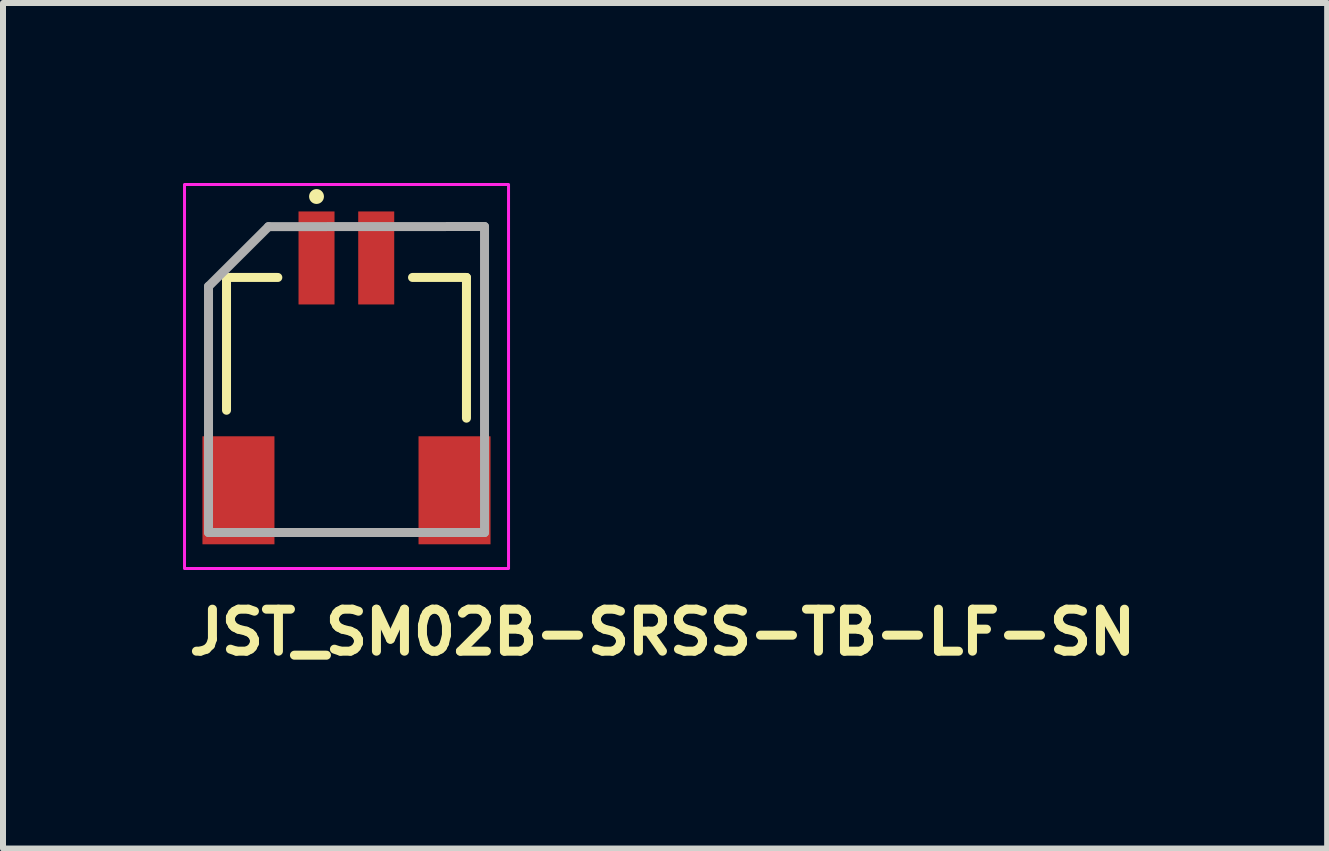
<source format=kicad_pcb>
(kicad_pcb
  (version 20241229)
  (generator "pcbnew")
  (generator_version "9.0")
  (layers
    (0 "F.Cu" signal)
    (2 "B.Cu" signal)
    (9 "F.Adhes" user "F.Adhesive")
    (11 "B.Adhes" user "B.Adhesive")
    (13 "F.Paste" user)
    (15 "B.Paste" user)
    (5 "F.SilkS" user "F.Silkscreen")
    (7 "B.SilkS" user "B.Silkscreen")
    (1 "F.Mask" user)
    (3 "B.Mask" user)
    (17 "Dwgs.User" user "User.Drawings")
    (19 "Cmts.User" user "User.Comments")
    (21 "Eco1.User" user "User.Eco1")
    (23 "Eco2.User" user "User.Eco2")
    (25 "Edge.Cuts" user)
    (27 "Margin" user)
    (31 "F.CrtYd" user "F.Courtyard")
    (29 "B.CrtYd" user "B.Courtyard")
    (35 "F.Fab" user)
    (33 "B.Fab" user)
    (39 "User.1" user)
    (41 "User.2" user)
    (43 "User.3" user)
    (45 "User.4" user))
  (footprint "JST_SM02B-SRSS-TB-LF-SN"
    (layer "F.Cu")
    (at 2.725 3.225)
    (property "Reference" "JST_SM02B-SRSS-TB-LF-SN" (at -2.7 4.671 0) (layer "F.SilkS") (effects (font (size 0.7 0.7) (thickness 0.15)) (justify left bottom)))
    (attr smd)
    (fp_line (start -2 -1.651) (end -2 0.562) (stroke (width 0.15) (type solid)) (layer "F.SilkS"))
    (fp_line (start -2 -1.651) (end -1.145 -1.651) (stroke (width 0.15) (type solid)) (layer "F.SilkS"))
    (fp_line (start -0.767 2.6) (end 0.717 2.6) (stroke (width 0.15) (type solid)) (layer "F.SilkS"))
    (fp_line (start 1.999 -1.651) (end 1.1 -1.651) (stroke (width 0.15) (type solid)) (layer "F.SilkS"))
    (fp_line (start 1.999 -1.651) (end 1.999 0.694) (stroke (width 0.15) (type solid)) (layer "F.SilkS"))
    (fp_circle (center -0.5 -3) (end -0.451 -3) (stroke (width 0.15) (type solid)) (fill yes) (layer "F.SilkS"))
    (fp_rect (start -2.7 -3.2) (end 2.7 3.2) (stroke (width 0.05) (type solid)) (fill no) (layer "F.CrtYd"))
    (fp_line (start -2.3 -1.502) (end -1.3 -2.498) (stroke (width 0.15) (type solid)) (layer "F.Fab"))
    (fp_line (start -2.3 2.6) (end -2.3 -1.503) (stroke (width 0.15) (type solid)) (layer "F.Fab"))
    (fp_line (start -1.3 -2.498) (end 2.3 -2.5) (stroke (width 0.15) (type solid)) (layer "F.Fab"))
    (fp_line (start 2.3 -2.5) (end 2.3 2.6) (stroke (width 0.15) (type solid)) (layer "F.Fab"))
    (fp_line (start 2.3 2.6) (end -2.3 2.6) (stroke (width 0.15) (type solid)) (layer "F.Fab"))
    (fp_rect (start -2 -2.476) (end 1.999 2.475) (stroke (width 0.1) (type solid)) (fill no) (layer "User.5"))
    (fp_line (start -2 -1.776) (end -2 -1.176) (stroke (width 0.02) (type solid)) (layer "User.9"))
    (fp_line (start -2 -1.176) (end -2 -1.125) (stroke (width 0.02) (type solid)) (layer "User.9"))
    (fp_line (start -2 -1.125) (end -2 -0.528) (stroke (width 0.02) (type solid)) (layer "User.9"))
    (fp_line (start -2 -0.328) (end -2 -0.528) (stroke (width 0.02) (type solid)) (layer "User.9"))
    (fp_line (start -2 -0.328) (end -1.901 -0.278) (stroke (width 0.02) (type solid)) (layer "User.9"))
    (fp_line (start -2 2.475) (end -2 -0.328) (stroke (width 0.02) (type solid)) (layer "User.9"))
    (fp_line (start -1.901 -0.278) (end -1.901 2.475) (stroke (width 0.02) (type solid)) (layer "User.9"))
    (fp_line (start -1.901 2.475) (end -2 2.475) (stroke (width 0.02) (type solid)) (layer "User.9"))
    (fp_line (start -1.7 -1.176) (end -2 -1.176) (stroke (width 0.02) (type solid)) (layer "User.9"))
    (fp_line (start -1.7 -1.125) (end -2 -1.125) (stroke (width 0.02) (type solid)) (layer "User.9"))
    (fp_line (start -1.7 -1.125) (end -1.7 -1.176) (stroke (width 0.02) (type solid)) (layer "User.9"))
    (fp_line (start -1.7 -0.528) (end -2 -0.528) (stroke (width 0.02) (type solid)) (layer "User.9"))
    (fp_line (start -1.7 -0.528) (end -1.7 -1.125) (stroke (width 0.02) (type solid)) (layer "User.9"))
    (fp_line (start -1.7 -0.528) (end -1.7 -0.278) (stroke (width 0.02) (type solid)) (layer "User.9"))
    (fp_line (start -1.7 -0.278) (end -1.901 -0.278) (stroke (width 0.02) (type solid)) (layer "User.9"))
    (fp_line (start -1.5 -1.776) (end -2 -1.776) (stroke (width 0.02) (type solid)) (layer "User.9"))
    (fp_line (start -1.5 -1.776) (end -1.5 -1.176) (stroke (width 0.02) (type solid)) (layer "User.9"))
    (fp_line (start -1.5 -1.776) (end -0.725 -1.776) (stroke (width 0.02) (type solid)) (layer "User.9"))
    (fp_line (start -1.5 -1.176) (end -1.45 -1.176) (stroke (width 0.02) (type solid)) (layer "User.9"))
    (fp_line (start -1.5 -0.278) (end -1.5 -1.176) (stroke (width 0.02) (type solid)) (layer "User.9"))
    (fp_line (start -1.45 -1.176) (end -1.45 -0.278) (stroke (width 0.02) (type solid)) (layer "User.9"))
    (fp_line (start -1.45 -0.278) (end -1.7 -0.278) (stroke (width 0.02) (type solid)) (layer "User.9"))
    (fp_line (start -0.725 -1.776) (end -0.577 -1.625) (stroke (width 0.02) (type solid)) (layer "User.9"))
    (fp_line (start -0.577 -2.476) (end -0.577 -2.427) (stroke (width 0.02) (type solid)) (layer "User.9"))
    (fp_line (start -0.577 -2.476) (end -0.425 -2.476) (stroke (width 0.02) (type solid)) (layer "User.9"))
    (fp_line (start -0.577 -2.427) (end -0.577 -2) (stroke (width 0.02) (type solid)) (layer "User.9"))
    (fp_line (start -0.577 -2) (end -0.577 -1.625) (stroke (width 0.02) (type solid)) (layer "User.9"))
    (fp_line (start -0.577 -2) (end -0.425 -2) (stroke (width 0.02) (type solid)) (layer "User.9"))
    (fp_line (start -0.577 -1.625) (end -0.577 -1.176) (stroke (width 0.02) (type solid)) (layer "User.9"))
    (fp_line (start -0.577 -1.625) (end -0.577 -1.176) (stroke (width 0.02) (type solid)) (layer "User.9"))
    (fp_line (start -0.425 -2.476) (end -0.425 -2.427) (stroke (width 0.02) (type solid)) (layer "User.9"))
    (fp_line (start -0.425 -2.427) (end -0.425 -2) (stroke (width 0.02) (type solid)) (layer "User.9"))
    (fp_line (start -0.425 -2) (end -0.425 -1.625) (stroke (width 0.02) (type solid)) (layer "User.9"))
    (fp_line (start -0.425 -1.625) (end -0.577 -1.625) (stroke (width 0.02) (type solid)) (layer "User.9"))
    (fp_line (start -0.425 -1.625) (end -0.278 -1.776) (stroke (width 0.02) (type solid)) (layer "User.9"))
    (fp_line (start -0.425 -1.176) (end -0.425 -1.625) (stroke (width 0.02) (type solid)) (layer "User.9"))
    (fp_line (start -0.425 -1.176) (end -0.425 -1.625) (stroke (width 0.02) (type solid)) (layer "User.9"))
    (fp_line (start -0.278 -1.776) (end 0.275 -1.776) (stroke (width 0.02) (type solid)) (layer "User.9"))
    (fp_line (start 0.275 -1.776) (end 0.422 -1.625) (stroke (width 0.02) (type solid)) (layer "User.9"))
    (fp_line (start 0.422 -2.476) (end 0.422 -2.427) (stroke (width 0.02) (type solid)) (layer "User.9"))
    (fp_line (start 0.422 -2.476) (end 0.574 -2.476) (stroke (width 0.02) (type solid)) (layer "User.9"))
    (fp_line (start 0.422 -2.476) (end 0.574 -2.476) (stroke (width 0.02) (type solid)) (layer "User.9"))
    (fp_line (start 0.422 -2.427) (end 0.422 -2) (stroke (width 0.02) (type solid)) (layer "User.9"))
    (fp_line (start 0.422 -2) (end 0.422 -1.625) (stroke (width 0.02) (type solid)) (layer "User.9"))
    (fp_line (start 0.422 -2) (end 0.574 -2) (stroke (width 0.02) (type solid)) (layer "User.9"))
    (fp_line (start 0.422 -1.625) (end 0.422 -1.176) (stroke (width 0.02) (type solid)) (layer "User.9"))
    (fp_line (start 0.422 -1.625) (end 0.422 -1.176) (stroke (width 0.02) (type solid)) (layer "User.9"))
    (fp_line (start 0.574 -2.476) (end 0.574 -2.427) (stroke (width 0.02) (type solid)) (layer "User.9"))
    (fp_line (start 0.574 -2.427) (end 0.574 -2) (stroke (width 0.02) (type solid)) (layer "User.9"))
    (fp_line (start 0.574 -2) (end 0.574 -1.625) (stroke (width 0.02) (type solid)) (layer "User.9"))
    (fp_line (start 0.574 -1.625) (end 0.422 -1.625) (stroke (width 0.02) (type solid)) (layer "User.9"))
    (fp_line (start 0.574 -1.625) (end 0.722 -1.776) (stroke (width 0.02) (type solid)) (layer "User.9"))
    (fp_line (start 0.574 -1.176) (end 0.574 -1.625) (stroke (width 0.02) (type solid)) (layer "User.9"))
    (fp_line (start 0.574 -1.176) (end 0.574 -1.625) (stroke (width 0.02) (type solid)) (layer "User.9"))
    (fp_line (start 0.722 -1.776) (end 1.499 -1.776) (stroke (width 0.02) (type solid)) (layer "User.9"))
    (fp_line (start 1.449 -1.176) (end -1.45 -1.176) (stroke (width 0.02) (type solid)) (layer "User.9"))
    (fp_line (start 1.449 -1.176) (end 1.499 -1.176) (stroke (width 0.02) (type solid)) (layer "User.9"))
    (fp_line (start 1.449 -0.278) (end 1.449 -1.176) (stroke (width 0.02) (type solid)) (layer "User.9"))
    (fp_line (start 1.449 -0.278) (end 1.699 -0.278) (stroke (width 0.02) (type solid)) (layer "User.9"))
    (fp_line (start 1.499 -1.776) (end 1.999 -1.776) (stroke (width 0.02) (type solid)) (layer "User.9"))
    (fp_line (start 1.499 -1.176) (end 1.499 -1.776) (stroke (width 0.02) (type solid)) (layer "User.9"))
    (fp_line (start 1.499 -1.176) (end 1.499 -0.278) (stroke (width 0.02) (type solid)) (layer "User.9"))
    (fp_line (start 1.699 -1.176) (end 1.999 -1.176) (stroke (width 0.02) (type solid)) (layer "User.9"))
    (fp_line (start 1.699 -1.125) (end 1.699 -1.176) (stroke (width 0.02) (type solid)) (layer "User.9"))
    (fp_line (start 1.699 -1.125) (end 1.999 -1.125) (stroke (width 0.02) (type solid)) (layer "User.9"))
    (fp_line (start 1.699 -0.528) (end 1.699 -1.125) (stroke (width 0.02) (type solid)) (layer "User.9"))
    (fp_line (start 1.699 -0.528) (end 1.699 -0.278) (stroke (width 0.02) (type solid)) (layer "User.9"))
    (fp_line (start 1.699 -0.528) (end 1.999 -0.528) (stroke (width 0.02) (type solid)) (layer "User.9"))
    (fp_line (start 1.699 -0.278) (end 1.898 -0.278) (stroke (width 0.02) (type solid)) (layer "User.9"))
    (fp_line (start 1.898 -0.278) (end 1.999 -0.328) (stroke (width 0.02) (type solid)) (layer "User.9"))
    (fp_line (start 1.898 2.475) (end -1.901 2.475) (stroke (width 0.02) (type solid)) (layer "User.9"))
    (fp_line (start 1.898 2.475) (end 1.898 -0.278) (stroke (width 0.02) (type solid)) (layer "User.9"))
    (fp_line (start 1.999 -1.776) (end 1.999 -1.176) (stroke (width 0.02) (type solid)) (layer "User.9"))
    (fp_line (start 1.999 -1.176) (end 1.999 -1.125) (stroke (width 0.02) (type solid)) (layer "User.9"))
    (fp_line (start 1.999 -1.125) (end 1.999 -0.528) (stroke (width 0.02) (type solid)) (layer "User.9"))
    (fp_line (start 1.999 -0.328) (end 1.999 -0.528) (stroke (width 0.02) (type solid)) (layer "User.9"))
    (fp_line (start 1.999 -0.328) (end 1.999 2.475) (stroke (width 0.02) (type solid)) (layer "User.9"))
    (fp_line (start 1.999 2.475) (end 1.898 2.475) (stroke (width 0.02) (type solid)) (layer "User.9"))
    (pad "" smd rect (at -1.801 1.896 90) (size 1.8 1.2) (layers "F.Cu" "F.Mask" "F.Paste"))
    (pad "" smd rect (at 1.8 1.896 90) (size 1.8 1.2) (layers "F.Cu" "F.Mask" "F.Paste"))
    (pad "1" smd rect (at -0.5 -1.976 90) (size 1.55 0.6) (layers "F.Cu" "F.Mask" "F.Paste"))
    (pad "2" smd rect (at 0.495 -1.976 90) (size 1.55 0.6) (layers "F.Cu" "F.Mask" "F.Paste")))
  (gr_rect
    (start -3 -3)
    (end 19.068 11.091)
    (stroke (width 0.1) (type default))
    (fill no)
    (layer "Edge.Cuts")))
</source>
